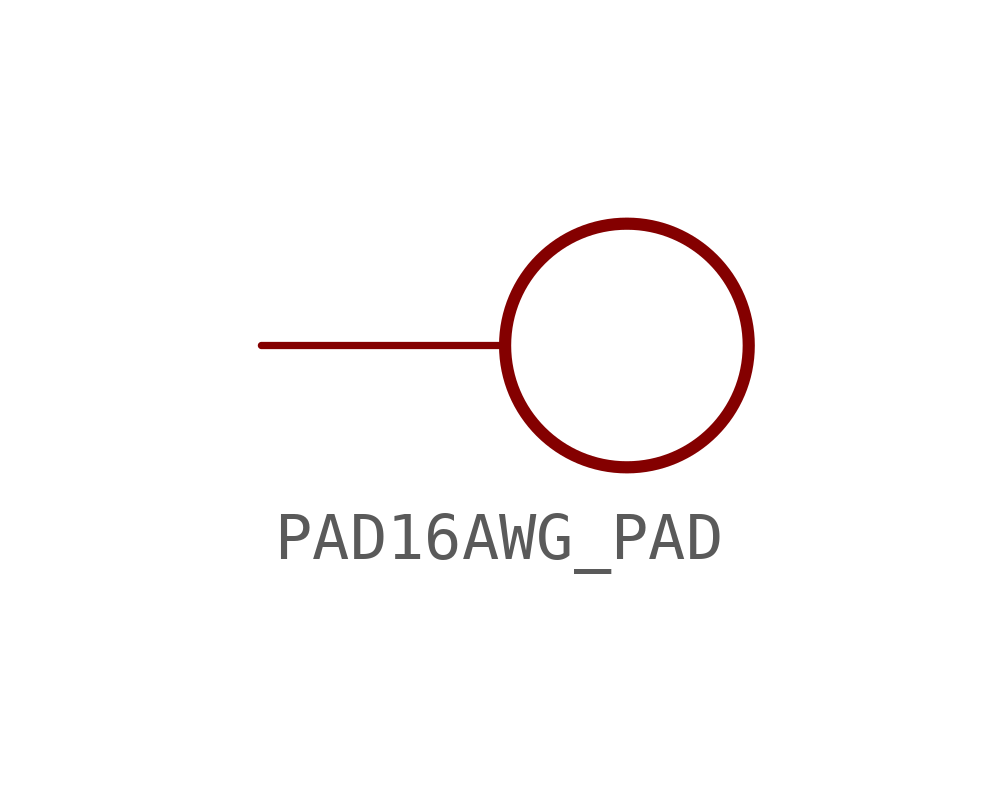
<source format=kicad_sym>
(kicad_symbol_lib
  (version 20231120)
  (generator "kicad_symbol_editor")
  (generator_version "8.0")
  (symbol "PAD16AWG_PAD"
    (property "Reference" ""
      (at -7.62 5.08 0)
      (effects (font (size 1.676 1.425)) (justify left bottom) (hide yes)))
    (property "ki_locked" ""
      (at 0 0 0)
      (effects (font (size 1.27 1.27))))
    (symbol "PAD16AWG_PAD_1_0"
      (circle (center 0 0) (radius 2.54) (stroke (width 0.254) (type solid)) (fill (type none)))
      (pin bidirectional line (at -7.62 0 0) (length 5.08) (name "P$1" (effects (font (size 0 0)))) (number "1" (effects (font (size 0 0))))))))
</source>
